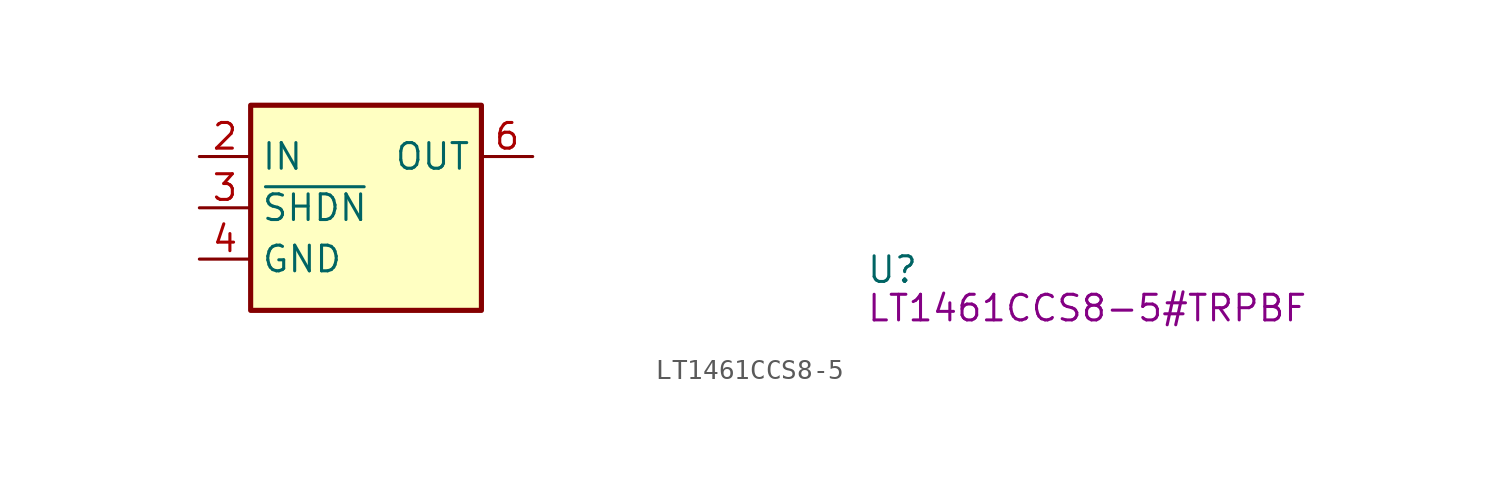
<source format=kicad_sym>
(kicad_symbol_lib
  (version 20220914)
  (generator kicad_symbol_editor)
  (symbol "LT1461CCS8-5"
    (property "Reference" "U"
      (at 33.02 -6.35 0)
      (effects (font (size 1.27 1.27) (thickness 0.15)) (justify left bottom)))
    (property "MPN" "LT1461CCS8-5#TRPBF"
      (at 33.02 -8.255 0)
      (effects (font (size 1.27 1.27) (thickness 0.15)) (justify left bottom)))
    (symbol "LT1461CCS8-5_1_1"
      (rectangle (start 2.54 2.54) (end 13.97 -7.62) (stroke (width 0.254) (type default)) (fill (type background)))
      (pin no_connect line (at 13.97 -1.27 180) (length 2.54) hide (name "NC" (effects (font (size 1.27 1.27)))) (number "1" (effects (font (size 1.27 1.27)))))
      (pin power_in line (at 0 0 0) (length 2.54) (name "IN" (effects (font (size 1.27 1.27)))) (number "2" (effects (font (size 1.27 1.27)))))
      (pin power_in line (at 0 -2.54 0) (length 2.54) (name "~{SHDN}" (effects (font (size 1.27 1.27)))) (number "3" (effects (font (size 1.27 1.27)))))
      (pin passive line (at 0 -5.08 0) (length 2.54) (name "GND" (effects (font (size 1.27 1.27)))) (number "4" (effects (font (size 1.27 1.27)))))
      (pin no_connect line (at 13.97 -2.54 180) (length 2.54) hide (name "NC" (effects (font (size 1.27 1.27)))) (number "5" (effects (font (size 1.27 1.27)))))
      (pin output line (at 16.51 0 180) (length 2.54) (name "OUT" (effects (font (size 1.27 1.27)))) (number "6" (effects (font (size 1.27 1.27)))))
      (pin no_connect line (at 13.97 -3.81 180) (length 2.54) hide (name "NC" (effects (font (size 1.27 1.27)))) (number "7" (effects (font (size 1.27 1.27)))))
      (pin no_connect line (at 13.97 -5.08 180) (length 2.54) hide (name "NC" (effects (font (size 1.27 1.27)))) (number "8" (effects (font (size 1.27 1.27))))))))
</source>
